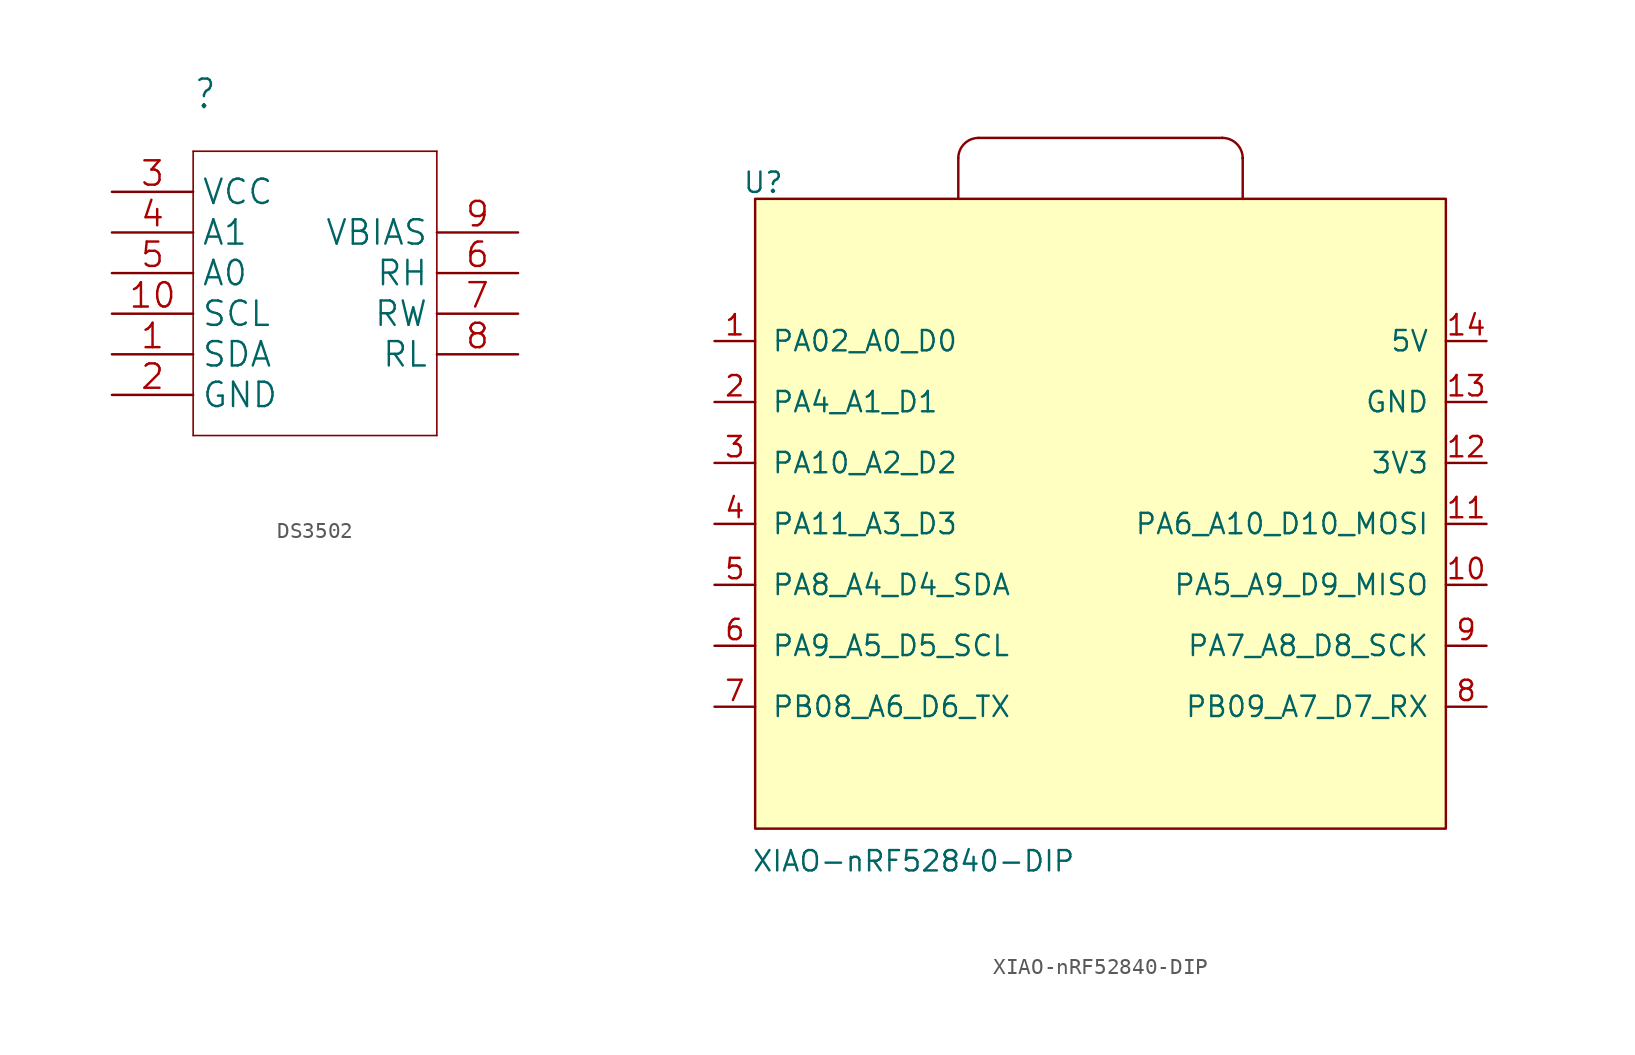
<source format=kicad_sym>
(kicad_symbol_lib
  (version 20241209)
  (generator "kicad_symbol_editor")
  (generator_version "9.0")
  (symbol "DS3502"
    (property "Reference" ""
      (at -7.62 12.7 0)
      (effects (font (size 1.778 1.511)) (justify left bottom)))
    (property "Value" ""
      (at -7.62 -10.16 0)
      (effects (font (size 1.778 1.511)) (justify left bottom)))
    (property "ki_locked" ""
      (at 0 0 0)
      (effects (font (size 1.27 1.27))))
    (symbol "DS3502_1_0"
      (polyline (pts (xy -7.62 10.16) (xy -7.62 -7.62)) (stroke (width 0.102) (type solid)) (fill (type none)))
      (polyline (pts (xy -7.62 -7.62) (xy 7.62 -7.62)) (stroke (width 0.102) (type solid)) (fill (type none)))
      (polyline (pts (xy 7.62 10.16) (xy -7.62 10.16)) (stroke (width 0.102) (type solid)) (fill (type none)))
      (polyline (pts (xy 7.62 -7.62) (xy 7.62 10.16)) (stroke (width 0.102) (type solid)) (fill (type none)))
      (pin power_in line (at -12.7 7.62 0) (length 5.08) (name "VCC" (effects (font (size 1.524 1.524)))) (number "3" (effects (font (size 1.524 1.524)))))
      (pin input line (at -12.7 5.08 0) (length 5.08) (name "A1" (effects (font (size 1.524 1.524)))) (number "4" (effects (font (size 1.524 1.524)))))
      (pin input line (at -12.7 2.54 0) (length 5.08) (name "A0" (effects (font (size 1.524 1.524)))) (number "5" (effects (font (size 1.524 1.524)))))
      (pin input line (at -12.7 0 0) (length 5.08) (name "SCL" (effects (font (size 1.524 1.524)))) (number "10" (effects (font (size 1.524 1.524)))))
      (pin bidirectional line (at -12.7 -2.54 0) (length 5.08) (name "SDA" (effects (font (size 1.524 1.524)))) (number "1" (effects (font (size 1.524 1.524)))))
      (pin power_in line (at -12.7 -5.08 0) (length 5.08) (name "GND" (effects (font (size 1.524 1.524)))) (number "2" (effects (font (size 1.524 1.524)))))
      (pin power_in line (at 12.7 5.08 180) (length 5.08) (name "VBIAS" (effects (font (size 1.524 1.524)))) (number "9" (effects (font (size 1.524 1.524)))))
      (pin passive line (at 12.7 2.54 180) (length 5.08) (name "RH" (effects (font (size 1.524 1.524)))) (number "6" (effects (font (size 1.524 1.524)))))
      (pin passive line (at 12.7 0 180) (length 5.08) (name "RW" (effects (font (size 1.524 1.524)))) (number "7" (effects (font (size 1.524 1.524)))))
      (pin passive line (at 12.7 -2.54 180) (length 5.08) (name "RL" (effects (font (size 1.524 1.524)))) (number "8" (effects (font (size 1.524 1.524)))))))
  (symbol "XIAO-nRF52840-DIP"
    (pin_names
      (offset 1.016))
    (property "Reference" "U"
      (at -21.082 21.336 0)
      (effects (font (size 1.27 1.27))))
    (property "Value" "XIAO-nRF52840-DIP"
      (at -11.684 -21.082 0)
      (effects (font (size 1.27 1.27))))
    (symbol "XIAO-nRF52840-DIP_1_1"
      (rectangle (start -21.59 20.32) (end 21.59 -19.05) (stroke (width 0) (type default)) (fill (type background)))
      (polyline (pts (xy -8.89 22.86) (xy -8.89 20.32)) (stroke (width 0) (type default)) (fill (type none)))
      (polyline (pts (xy -7.62 24.13) (xy 7.62 24.13)) (stroke (width 0) (type default)) (fill (type none)))
      (arc (start -8.89 22.86) (mid -8.518 23.758) (end -7.62 24.13) (stroke (width 0) (type default)) (fill (type none)))
      (arc (start 7.62 24.13) (mid 7.62 24.13) (end 7.62 24.13) (stroke (width 0) (type default)) (fill (type none)))
      (arc (start 7.62 24.13) (mid 8.518 23.758) (end 8.89 22.86) (stroke (width 0) (type default)) (fill (type none)))
      (polyline (pts (xy 8.89 22.86) (xy 8.89 20.32)) (stroke (width 0) (type default)) (fill (type none)))
      (arc (start 8.89 22.86) (mid 8.89 22.86) (end 8.89 22.86) (stroke (width 0) (type default)) (fill (type none)))
      (pin passive line (at -24.13 11.43 0) (length 2.54) (name "PA02_A0_D0" (effects (font (size 1.27 1.27)))) (number "1" (effects (font (size 1.27 1.27)))))
      (pin passive line (at -24.13 7.62 0) (length 2.54) (name "PA4_A1_D1" (effects (font (size 1.27 1.27)))) (number "2" (effects (font (size 1.27 1.27)))))
      (pin passive line (at -24.13 3.81 0) (length 2.54) (name "PA10_A2_D2" (effects (font (size 1.27 1.27)))) (number "3" (effects (font (size 1.27 1.27)))))
      (pin passive line (at -24.13 0 0) (length 2.54) (name "PA11_A3_D3" (effects (font (size 1.27 1.27)))) (number "4" (effects (font (size 1.27 1.27)))))
      (pin passive line (at -24.13 -3.81 0) (length 2.54) (name "PA8_A4_D4_SDA" (effects (font (size 1.27 1.27)))) (number "5" (effects (font (size 1.27 1.27)))))
      (pin passive line (at -24.13 -7.62 0) (length 2.54) (name "PA9_A5_D5_SCL" (effects (font (size 1.27 1.27)))) (number "6" (effects (font (size 1.27 1.27)))))
      (pin passive line (at -24.13 -11.43 0) (length 2.54) (name "PB08_A6_D6_TX" (effects (font (size 1.27 1.27)))) (number "7" (effects (font (size 1.27 1.27)))))
      (pin passive line (at 24.13 11.43 180) (length 2.54) (name "5V" (effects (font (size 1.27 1.27)))) (number "14" (effects (font (size 1.27 1.27)))))
      (pin passive line (at 24.13 7.62 180) (length 2.54) (name "GND" (effects (font (size 1.27 1.27)))) (number "13" (effects (font (size 1.27 1.27)))))
      (pin passive line (at 24.13 3.81 180) (length 2.54) (name "3V3" (effects (font (size 1.27 1.27)))) (number "12" (effects (font (size 1.27 1.27)))))
      (pin passive line (at 24.13 0 180) (length 2.54) (name "PA6_A10_D10_MOSI" (effects (font (size 1.27 1.27)))) (number "11" (effects (font (size 1.27 1.27)))))
      (pin passive line (at 24.13 -3.81 180) (length 2.54) (name "PA5_A9_D9_MISO" (effects (font (size 1.27 1.27)))) (number "10" (effects (font (size 1.27 1.27)))))
      (pin passive line (at 24.13 -7.62 180) (length 2.54) (name "PA7_A8_D8_SCK" (effects (font (size 1.27 1.27)))) (number "9" (effects (font (size 1.27 1.27)))))
      (pin passive line (at 24.13 -11.43 180) (length 2.54) (name "PB09_A7_D7_RX" (effects (font (size 1.27 1.27)))) (number "8" (effects (font (size 1.27 1.27))))))))
</source>
